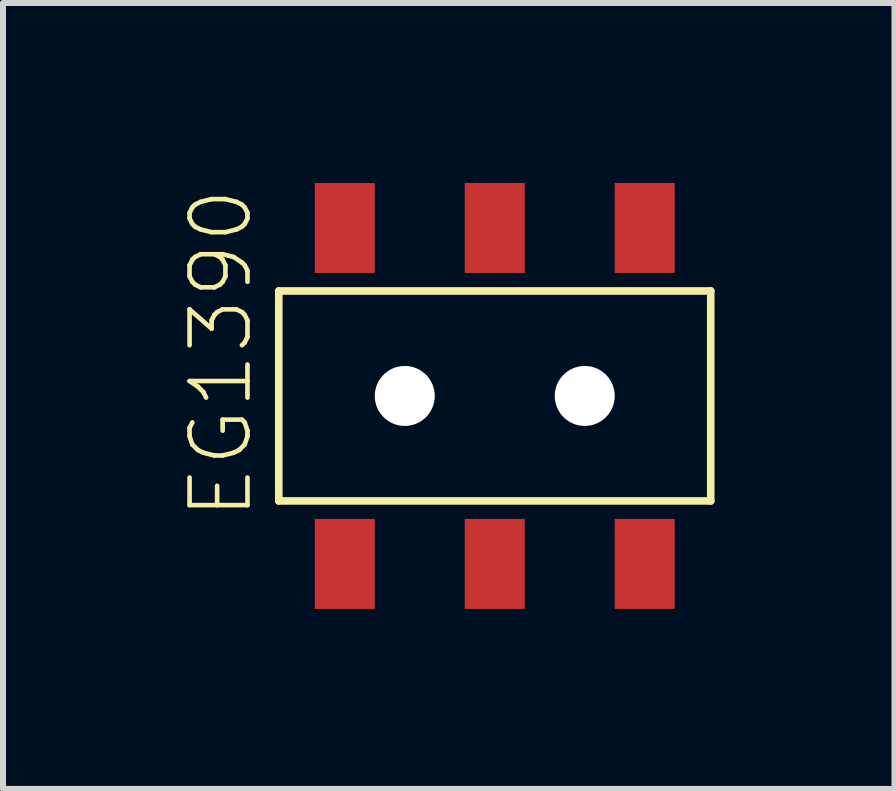
<source format=kicad_pcb>
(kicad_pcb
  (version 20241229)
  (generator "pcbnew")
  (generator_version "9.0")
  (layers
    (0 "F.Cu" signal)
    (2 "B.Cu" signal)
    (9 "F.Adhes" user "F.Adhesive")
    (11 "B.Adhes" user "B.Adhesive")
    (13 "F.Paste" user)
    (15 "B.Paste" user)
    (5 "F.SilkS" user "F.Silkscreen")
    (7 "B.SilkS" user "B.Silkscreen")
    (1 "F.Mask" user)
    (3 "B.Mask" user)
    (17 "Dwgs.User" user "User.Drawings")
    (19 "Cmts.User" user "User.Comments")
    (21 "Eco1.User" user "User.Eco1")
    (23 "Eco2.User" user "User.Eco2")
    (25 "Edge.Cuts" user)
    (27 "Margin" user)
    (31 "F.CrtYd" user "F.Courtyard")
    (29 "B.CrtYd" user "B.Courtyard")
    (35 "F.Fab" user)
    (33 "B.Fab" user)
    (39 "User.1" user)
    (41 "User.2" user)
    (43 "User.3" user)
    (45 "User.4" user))
  (footprint "EG1390"
    (layer "F.Cu")
    (at 5.197 3.55)
    (property "Reference" "EG1390" (at -4 2.1 90) (layer "F.SilkS") (effects (font (size 0.965 0.965) (thickness 0.077)) (justify left bottom)))
    (attr through_hole)
    (fp_line (start -3.6 -1.75) (end 3.6 -1.75) (stroke (width 0.127) (type solid)) (layer "F.SilkS"))
    (fp_line (start -3.6 1.75) (end -3.6 -1.75) (stroke (width 0.127) (type solid)) (layer "F.SilkS"))
    (fp_line (start 3.6 -1.75) (end 3.6 1.75) (stroke (width 0.127) (type solid)) (layer "F.SilkS"))
    (fp_line (start 3.6 1.75) (end -3.6 1.75) (stroke (width 0.127) (type solid)) (layer "F.SilkS"))
    (pad "" np_thru_hole circle (at -1.5 0) (size 1 1) (drill 1) (layers "*.Cu"))
    (pad "" np_thru_hole circle (at 1.5 0) (size 1 1) (drill 1) (layers "*.Cu"))
    (pad "O1" smd rect (at -2.5 -2.8) (size 1 1.5) (layers "F.Cu" "F.Mask" "F.Paste"))
    (pad "O2" smd rect (at -2.5 2.8) (size 1 1.5) (layers "F.Cu" "F.Mask" "F.Paste"))
    (pad "P1" smd rect (at 0 -2.8) (size 1 1.5) (layers "F.Cu" "F.Mask" "F.Paste"))
    (pad "P2" smd rect (at 0 2.8) (size 1 1.5) (layers "F.Cu" "F.Mask" "F.Paste"))
    (pad "S1" smd rect (at 2.5 -2.8) (size 1 1.5) (layers "F.Cu" "F.Mask" "F.Paste"))
    (pad "S2" smd rect (at 2.5 2.8) (size 1 1.5) (layers "F.Cu" "F.Mask" "F.Paste")))
  (gr_rect
    (start -3 -3)
    (end 11.86 10.1)
    (stroke (width 0.1) (type default))
    (fill no)
    (layer "Edge.Cuts")))
</source>
